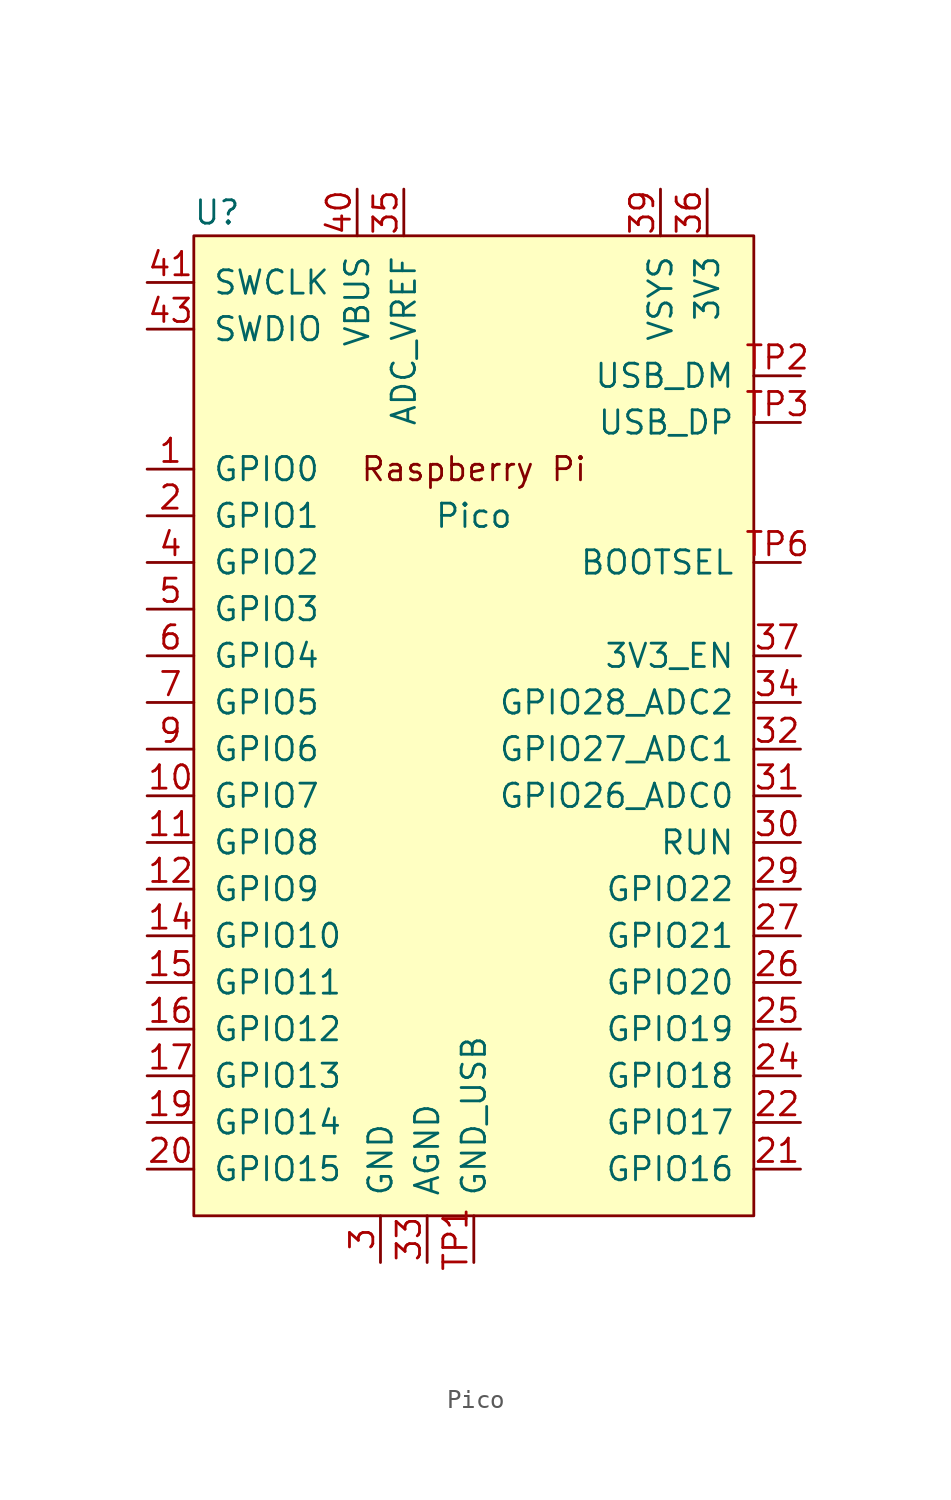
<source format=kicad_sym>
(kicad_symbol_lib
  (version 20211014)
  (generator kicad_symbol_editor)
  (symbol "Pico"
    (pin_names
      (offset 1.016))
    (property "Reference" "U"
      (at -13.97 27.94 0)
      (effects (font (size 1.27 1.27))))
    (property "Value" "Pico"
      (at 0 11.43 0)
      (effects (font (size 1.27 1.27))))
    (symbol "Pico_0_0"
      (text "Raspberry Pi" (at 0 13.97 0) (effects (font (size 1.27 1.27)))))
    (symbol "Pico_0_1"
      (rectangle (start -15.24 26.67) (end 15.24 -26.67) (stroke (width 0) (type default) (color 0 0 0 0)) (fill (type background))))
    (symbol "Pico_1_1"
      (pin bidirectional line (at -17.78 13.97 0) (length 2.54) (name "GPIO0" (effects (font (size 1.27 1.27)))) (number "1" (effects (font (size 1.27 1.27)))))
      (pin bidirectional line (at -17.78 -3.81 0) (length 2.54) (name "GPIO7" (effects (font (size 1.27 1.27)))) (number "10" (effects (font (size 1.27 1.27)))))
      (pin bidirectional line (at -17.78 -6.35 0) (length 2.54) (name "GPIO8" (effects (font (size 1.27 1.27)))) (number "11" (effects (font (size 1.27 1.27)))))
      (pin bidirectional line (at -17.78 -8.89 0) (length 2.54) (name "GPIO9" (effects (font (size 1.27 1.27)))) (number "12" (effects (font (size 1.27 1.27)))))
      (pin power_in line (at -5.08 -29.21 90) (length 2.54) hide (name "GND" (effects (font (size 1.27 1.27)))) (number "13" (effects (font (size 1.27 1.27)))))
      (pin bidirectional line (at -17.78 -11.43 0) (length 2.54) (name "GPIO10" (effects (font (size 1.27 1.27)))) (number "14" (effects (font (size 1.27 1.27)))))
      (pin bidirectional line (at -17.78 -13.97 0) (length 2.54) (name "GPIO11" (effects (font (size 1.27 1.27)))) (number "15" (effects (font (size 1.27 1.27)))))
      (pin bidirectional line (at -17.78 -16.51 0) (length 2.54) (name "GPIO12" (effects (font (size 1.27 1.27)))) (number "16" (effects (font (size 1.27 1.27)))))
      (pin bidirectional line (at -17.78 -19.05 0) (length 2.54) (name "GPIO13" (effects (font (size 1.27 1.27)))) (number "17" (effects (font (size 1.27 1.27)))))
      (pin power_in line (at -5.08 -29.21 90) (length 2.54) hide (name "GND" (effects (font (size 1.27 1.27)))) (number "18" (effects (font (size 1.27 1.27)))))
      (pin bidirectional line (at -17.78 -21.59 0) (length 2.54) (name "GPIO14" (effects (font (size 1.27 1.27)))) (number "19" (effects (font (size 1.27 1.27)))))
      (pin bidirectional line (at -17.78 11.43 0) (length 2.54) (name "GPIO1" (effects (font (size 1.27 1.27)))) (number "2" (effects (font (size 1.27 1.27)))))
      (pin bidirectional line (at -17.78 -24.13 0) (length 2.54) (name "GPIO15" (effects (font (size 1.27 1.27)))) (number "20" (effects (font (size 1.27 1.27)))))
      (pin bidirectional line (at 17.78 -24.13 180) (length 2.54) (name "GPIO16" (effects (font (size 1.27 1.27)))) (number "21" (effects (font (size 1.27 1.27)))))
      (pin bidirectional line (at 17.78 -21.59 180) (length 2.54) (name "GPIO17" (effects (font (size 1.27 1.27)))) (number "22" (effects (font (size 1.27 1.27)))))
      (pin power_in line (at -5.08 -29.21 90) (length 2.54) hide (name "GND" (effects (font (size 1.27 1.27)))) (number "23" (effects (font (size 1.27 1.27)))))
      (pin bidirectional line (at 17.78 -19.05 180) (length 2.54) (name "GPIO18" (effects (font (size 1.27 1.27)))) (number "24" (effects (font (size 1.27 1.27)))))
      (pin bidirectional line (at 17.78 -16.51 180) (length 2.54) (name "GPIO19" (effects (font (size 1.27 1.27)))) (number "25" (effects (font (size 1.27 1.27)))))
      (pin bidirectional line (at 17.78 -13.97 180) (length 2.54) (name "GPIO20" (effects (font (size 1.27 1.27)))) (number "26" (effects (font (size 1.27 1.27)))))
      (pin bidirectional line (at 17.78 -11.43 180) (length 2.54) (name "GPIO21" (effects (font (size 1.27 1.27)))) (number "27" (effects (font (size 1.27 1.27)))))
      (pin power_in line (at -5.08 -29.21 90) (length 2.54) hide (name "GND" (effects (font (size 1.27 1.27)))) (number "28" (effects (font (size 1.27 1.27)))))
      (pin bidirectional line (at 17.78 -8.89 180) (length 2.54) (name "GPIO22" (effects (font (size 1.27 1.27)))) (number "29" (effects (font (size 1.27 1.27)))))
      (pin power_in line (at -5.08 -29.21 90) (length 2.54) (name "GND" (effects (font (size 1.27 1.27)))) (number "3" (effects (font (size 1.27 1.27)))))
      (pin input line (at 17.78 -6.35 180) (length 2.54) (name "RUN" (effects (font (size 1.27 1.27)))) (number "30" (effects (font (size 1.27 1.27)))))
      (pin bidirectional line (at 17.78 -3.81 180) (length 2.54) (name "GPIO26_ADC0" (effects (font (size 1.27 1.27)))) (number "31" (effects (font (size 1.27 1.27)))))
      (pin bidirectional line (at 17.78 -1.27 180) (length 2.54) (name "GPIO27_ADC1" (effects (font (size 1.27 1.27)))) (number "32" (effects (font (size 1.27 1.27)))))
      (pin power_in line (at -2.54 -29.21 90) (length 2.54) (name "AGND" (effects (font (size 1.27 1.27)))) (number "33" (effects (font (size 1.27 1.27)))))
      (pin bidirectional line (at 17.78 1.27 180) (length 2.54) (name "GPIO28_ADC2" (effects (font (size 1.27 1.27)))) (number "34" (effects (font (size 1.27 1.27)))))
      (pin input line (at -3.81 29.21 270) (length 2.54) (name "ADC_VREF" (effects (font (size 1.27 1.27)))) (number "35" (effects (font (size 1.27 1.27)))))
      (pin power_out line (at 12.7 29.21 270) (length 2.54) (name "3V3" (effects (font (size 1.27 1.27)))) (number "36" (effects (font (size 1.27 1.27)))))
      (pin input line (at 17.78 3.81 180) (length 2.54) (name "3V3_EN" (effects (font (size 1.27 1.27)))) (number "37" (effects (font (size 1.27 1.27)))))
      (pin bidirectional line (at -5.08 -29.21 90) (length 2.54) hide (name "GND" (effects (font (size 1.27 1.27)))) (number "38" (effects (font (size 1.27 1.27)))))
      (pin power_out line (at 10.16 29.21 270) (length 2.54) (name "VSYS" (effects (font (size 1.27 1.27)))) (number "39" (effects (font (size 1.27 1.27)))))
      (pin bidirectional line (at -17.78 8.89 0) (length 2.54) (name "GPIO2" (effects (font (size 1.27 1.27)))) (number "4" (effects (font (size 1.27 1.27)))))
      (pin power_in line (at -6.35 29.21 270) (length 2.54) (name "VBUS" (effects (font (size 1.27 1.27)))) (number "40" (effects (font (size 1.27 1.27)))))
      (pin input line (at -17.78 24.13 0) (length 2.54) (name "SWCLK" (effects (font (size 1.27 1.27)))) (number "41" (effects (font (size 1.27 1.27)))))
      (pin power_in line (at -5.08 -29.21 90) (length 2.54) hide (name "GND" (effects (font (size 1.27 1.27)))) (number "42" (effects (font (size 1.27 1.27)))))
      (pin bidirectional line (at -17.78 21.59 0) (length 2.54) (name "SWDIO" (effects (font (size 1.27 1.27)))) (number "43" (effects (font (size 1.27 1.27)))))
      (pin bidirectional line (at -17.78 6.35 0) (length 2.54) (name "GPIO3" (effects (font (size 1.27 1.27)))) (number "5" (effects (font (size 1.27 1.27)))))
      (pin bidirectional line (at -17.78 3.81 0) (length 2.54) (name "GPIO4" (effects (font (size 1.27 1.27)))) (number "6" (effects (font (size 1.27 1.27)))))
      (pin bidirectional line (at -17.78 1.27 0) (length 2.54) (name "GPIO5" (effects (font (size 1.27 1.27)))) (number "7" (effects (font (size 1.27 1.27)))))
      (pin power_in line (at -5.08 -29.21 90) (length 2.54) hide (name "GND" (effects (font (size 1.27 1.27)))) (number "8" (effects (font (size 1.27 1.27)))))
      (pin bidirectional line (at -17.78 -1.27 0) (length 2.54) (name "GPIO6" (effects (font (size 1.27 1.27)))) (number "9" (effects (font (size 1.27 1.27)))))
      (pin power_in line (at 0 -29.21 90) (length 2.54) (name "GND_USB" (effects (font (size 1.27 1.27)))) (number "TP1" (effects (font (size 1.27 1.27)))))
      (pin power_in line (at 17.78 19.05 180) (length 2.54) (name "USB_DM" (effects (font (size 1.27 1.27)))) (number "TP2" (effects (font (size 1.27 1.27)))))
      (pin bidirectional line (at 17.78 16.51 180) (length 2.54) (name "USB_DP" (effects (font (size 1.27 1.27)))) (number "TP3" (effects (font (size 1.27 1.27)))))
      (pin no_connect line (at 17.78 13.97 180) (length 2.54) hide (name "GPIO23" (effects (font (size 1.27 1.27)))) (number "TP4" (effects (font (size 1.27 1.27)))))
      (pin no_connect line (at 17.78 11.43 180) (length 2.54) hide (name "GPIO25" (effects (font (size 1.27 1.27)))) (number "TP5" (effects (font (size 1.27 1.27)))))
      (pin input line (at 17.78 8.89 180) (length 2.54) (name "BOOTSEL" (effects (font (size 1.27 1.27)))) (number "TP6" (effects (font (size 1.27 1.27))))))))
</source>
